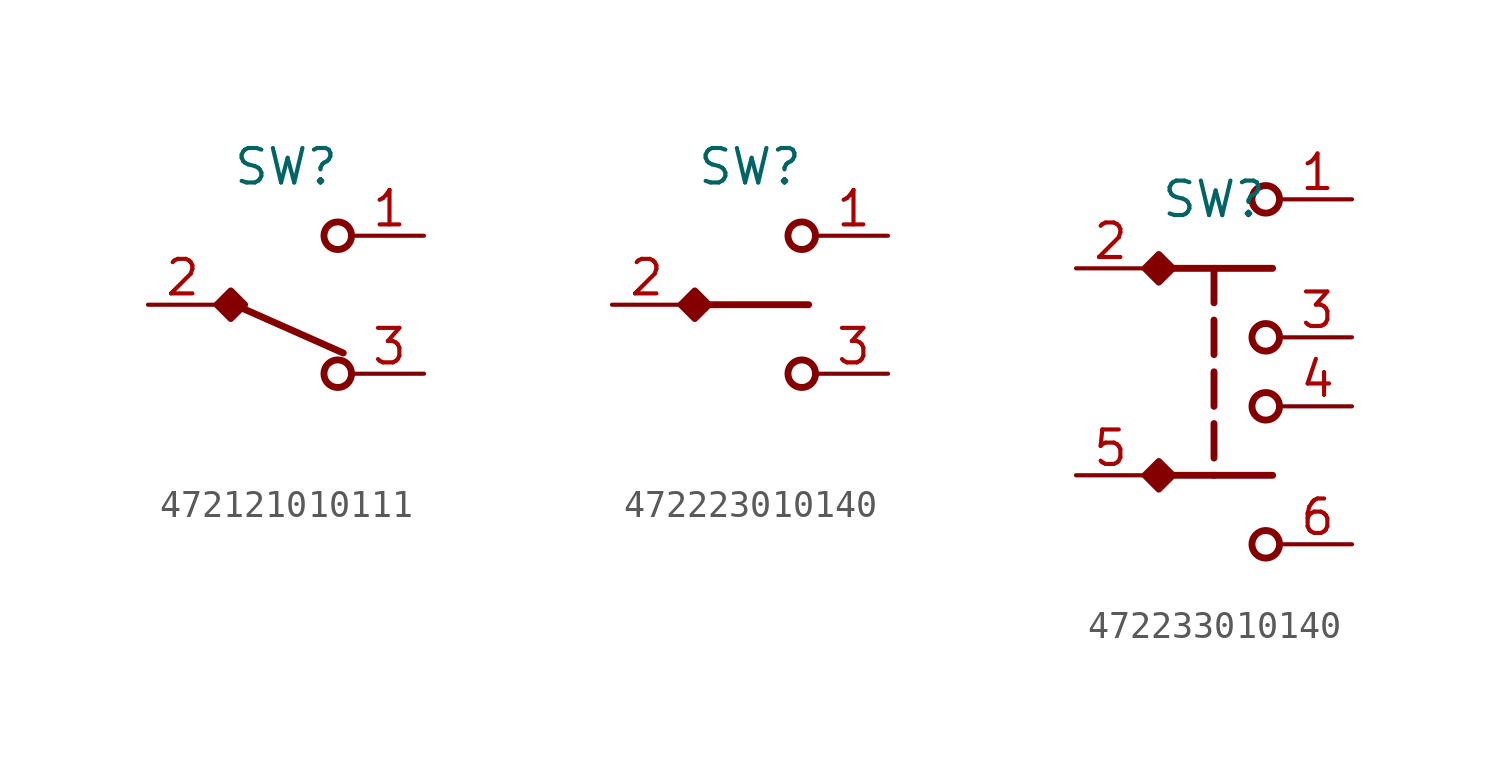
<source format=kicad_sym>
(kicad_symbol_lib
  (version 20220914)
  (generator kicad_symbol_editor)
  (symbol "472121010111"
    (pin_names hide)
    (property "Reference" "SW"
      (at 0 5.08 0)
      (effects (font (size 1.27 1.27))))
    (property "Critical Parameter" ""
      (at 0 -5.08 0)
      (effects (font (size 1.27 1.27))))
    (symbol "472121010111_0_0"
      (polyline (pts (xy -1.905 0) (xy 2.108 -1.778)) (stroke (width 0.254) (type default)) (fill (type none)))
      (polyline (pts (xy -2.032 -0.508) (xy -2.54 0) (xy -2.032 0.508) (xy -1.524 0) (xy -2.032 -0.508)) (stroke (width 0.254) (type default)) (fill (type outline)))
      (circle (center 1.905 -2.54) (radius 0.508) (stroke (width 0.254) (type default)) (fill (type none)))
      (circle (center 1.905 2.54) (radius 0.508) (stroke (width 0.254) (type default)) (fill (type none)))
      (pin passive line (at 5.08 2.54 180) (length 2.54) (name "1" (effects (font (size 1.27 1.27)))) (number "1" (effects (font (size 1.27 1.27)))))
      (pin passive line (at -5.08 0 0) (length 2.54) (name "2" (effects (font (size 1.27 1.27)))) (number "2" (effects (font (size 1.27 1.27)))))
      (pin passive line (at 5.08 -2.54 180) (length 2.54) (name "3" (effects (font (size 1.27 1.27)))) (number "3" (effects (font (size 1.27 1.27)))))))
  (symbol "472223010140"
    (pin_names hide)
    (property "Reference" "SW"
      (at 0 5.08 0)
      (effects (font (size 1.27 1.27))))
    (property "Critical Parameter" ""
      (at 0 -5.08 0)
      (effects (font (size 1.27 1.27))))
    (symbol "472223010140_0_0"
      (polyline (pts (xy -1.905 0) (xy 2.159 0)) (stroke (width 0.254) (type default)) (fill (type none)))
      (polyline (pts (xy -2.032 -0.508) (xy -2.54 0) (xy -2.032 0.508) (xy -1.524 0) (xy -2.032 -0.508)) (stroke (width 0.254) (type default)) (fill (type outline)))
      (circle (center 1.905 -2.54) (radius 0.508) (stroke (width 0.254) (type default)) (fill (type none)))
      (circle (center 1.905 2.54) (radius 0.508) (stroke (width 0.254) (type default)) (fill (type none)))
      (pin passive line (at 5.08 2.54 180) (length 2.54) (name "1" (effects (font (size 1.27 1.27)))) (number "1" (effects (font (size 1.27 1.27)))))
      (pin passive line (at -5.08 0 0) (length 2.54) (name "2" (effects (font (size 1.27 1.27)))) (number "2" (effects (font (size 1.27 1.27)))))
      (pin passive line (at 5.08 -2.54 180) (length 2.54) (name "3" (effects (font (size 1.27 1.27)))) (number "3" (effects (font (size 1.27 1.27)))))))
  (symbol "472233010140"
    (pin_names hide)
    (property "Reference" "SW"
      (at 0 5.08 0)
      (effects (font (size 1.27 1.27))))
    (property "Critical Parameter" ""
      (at 0 -5.08 0)
      (effects (font (size 1.27 1.27))))
    (symbol "472233010140_0_0"
      (polyline (pts (xy -1.905 -5.08) (xy 2.159 -5.08)) (stroke (width 0.254) (type default)) (fill (type none)))
      (polyline (pts (xy -1.905 2.54) (xy 2.159 2.54)) (stroke (width 0.254) (type default)) (fill (type none)))
      (polyline (pts (xy 0 -5.08) (xy 0 -5.08)) (stroke (width 0.254) (type default)) (fill (type none)))
      (polyline (pts (xy 0 -3.175) (xy 0 -4.445)) (stroke (width 0.254) (type default)) (fill (type none)))
      (polyline (pts (xy 0 -1.27) (xy 0 -2.54)) (stroke (width 0.254) (type default)) (fill (type none)))
      (polyline (pts (xy 0 0.635) (xy 0 -0.635)) (stroke (width 0.254) (type default)) (fill (type none)))
      (polyline (pts (xy 0 2.54) (xy 0 1.27)) (stroke (width 0.254) (type default)) (fill (type none)))
      (polyline (pts (xy -2.032 -5.588) (xy -2.54 -5.08) (xy -2.032 -4.572) (xy -1.524 -5.08) (xy -2.032 -5.588)) (stroke (width 0.254) (type default)) (fill (type outline)))
      (polyline (pts (xy -2.032 2.032) (xy -2.54 2.54) (xy -2.032 3.048) (xy -1.524 2.54) (xy -2.032 2.032)) (stroke (width 0.254) (type default)) (fill (type outline)))
      (circle (center 1.905 -7.62) (radius 0.508) (stroke (width 0.254) (type default)) (fill (type none)))
      (circle (center 1.905 -2.54) (radius 0.508) (stroke (width 0.254) (type default)) (fill (type none)))
      (circle (center 1.905 0) (radius 0.508) (stroke (width 0.254) (type default)) (fill (type none)))
      (circle (center 1.905 5.08) (radius 0.508) (stroke (width 0.254) (type default)) (fill (type none)))
      (pin passive line (at 5.08 5.08 180) (length 2.54) (name "1" (effects (font (size 1.27 1.27)))) (number "1" (effects (font (size 1.27 1.27)))))
      (pin passive line (at -5.08 2.54 0) (length 2.54) (name "2" (effects (font (size 1.27 1.27)))) (number "2" (effects (font (size 1.27 1.27)))))
      (pin passive line (at 5.08 0 180) (length 2.54) (name "3" (effects (font (size 1.27 1.27)))) (number "3" (effects (font (size 1.27 1.27)))))
      (pin passive line (at 5.08 -2.54 180) (length 2.54) (name "4" (effects (font (size 1.27 1.27)))) (number "4" (effects (font (size 1.27 1.27)))))
      (pin passive line (at -5.08 -5.08 0) (length 2.54) (name "5" (effects (font (size 1.27 1.27)))) (number "5" (effects (font (size 1.27 1.27)))))
      (pin passive line (at 5.08 -7.62 180) (length 2.54) (name "6" (effects (font (size 1.27 1.27)))) (number "6" (effects (font (size 1.27 1.27))))))))
</source>
